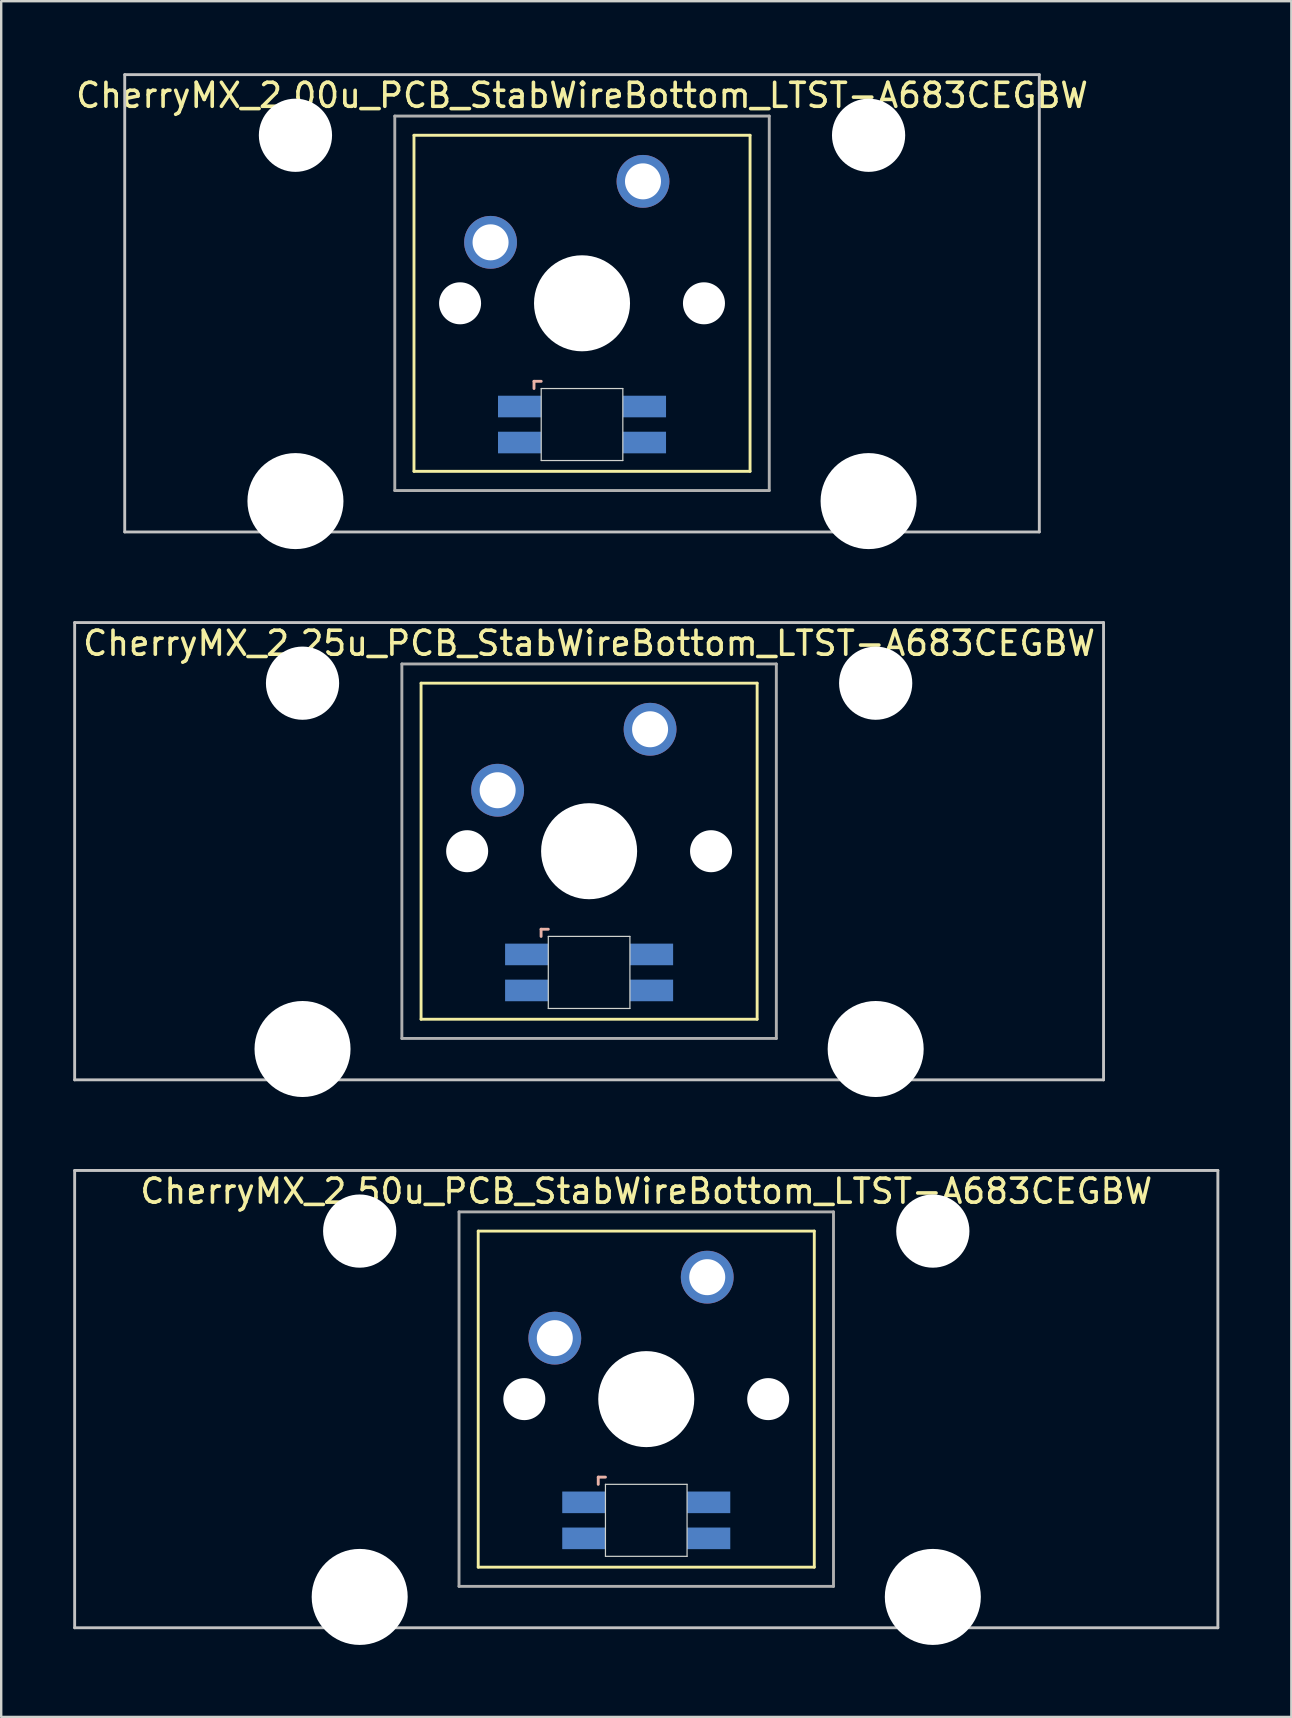
<source format=kicad_pcb>
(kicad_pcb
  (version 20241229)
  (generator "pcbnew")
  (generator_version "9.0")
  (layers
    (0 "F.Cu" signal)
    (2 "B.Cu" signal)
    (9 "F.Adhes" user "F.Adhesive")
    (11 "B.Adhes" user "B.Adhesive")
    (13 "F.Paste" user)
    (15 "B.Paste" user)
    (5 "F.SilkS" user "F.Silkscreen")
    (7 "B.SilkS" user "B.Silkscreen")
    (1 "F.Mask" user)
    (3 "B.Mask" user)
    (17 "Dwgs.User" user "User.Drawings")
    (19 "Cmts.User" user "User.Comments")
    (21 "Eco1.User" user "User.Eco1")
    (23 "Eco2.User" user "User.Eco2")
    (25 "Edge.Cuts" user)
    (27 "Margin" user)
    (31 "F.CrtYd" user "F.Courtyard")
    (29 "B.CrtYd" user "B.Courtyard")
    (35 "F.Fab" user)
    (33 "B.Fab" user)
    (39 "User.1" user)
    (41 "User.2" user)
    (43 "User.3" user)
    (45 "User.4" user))
  (footprint "CherryMX_2.00u_PCB_StabWireBottom_LTST-A683CEGBW"
    (layer "F.Cu")
    (at 21.196 9.585)
    (property "Reference" "CherryMX_2.00u_PCB_StabWireBottom_LTST-A683CEGBW" (at 0 -8.662 0) (layer "F.SilkS") (effects (font (size 1 1) (thickness 0.15))))
    (attr through_hole)
    (fp_line (start -7 -7) (end -7 7) (stroke (width 0.12) (type solid)) (layer "F.SilkS"))
    (fp_line (start -7 -7) (end 7 -7) (stroke (width 0.12) (type solid)) (layer "F.SilkS"))
    (fp_line (start 7 -7) (end 7 7) (stroke (width 0.12) (type solid)) (layer "F.SilkS"))
    (fp_line (start 7 7) (end -7 7) (stroke (width 0.12) (type solid)) (layer "F.SilkS"))
    (fp_line (start -2 3.25) (end -2 3.55) (stroke (width 0.12) (type solid)) (layer "B.SilkS"))
    (fp_line (start -1.7 3.25) (end -2 3.25) (stroke (width 0.12) (type solid)) (layer "B.SilkS"))
    (fp_line (start -19.05 -9.525) (end 19.05 -9.525) (stroke (width 0.12) (type solid)) (layer "Dwgs.User"))
    (fp_line (start -19.05 9.525) (end -19.05 -9.525) (stroke (width 0.12) (type solid)) (layer "Dwgs.User"))
    (fp_line (start 19.05 -9.525) (end 19.05 9.525) (stroke (width 0.12) (type solid)) (layer "Dwgs.User"))
    (fp_line (start 19.05 9.525) (end -19.05 9.525) (stroke (width 0.12) (type solid)) (layer "Dwgs.User"))
    (fp_line (start -1.7 3.55) (end 1.7 3.55) (stroke (width 0.05) (type solid)) (layer "Edge.Cuts"))
    (fp_line (start -1.7 6.55) (end -1.7 3.55) (stroke (width 0.05) (type solid)) (layer "Edge.Cuts"))
    (fp_line (start 1.7 3.55) (end 1.7 6.55) (stroke (width 0.05) (type solid)) (layer "Edge.Cuts"))
    (fp_line (start 1.7 6.55) (end -1.7 6.55) (stroke (width 0.05) (type solid)) (layer "Edge.Cuts"))
    (fp_line (start -7.8 -7.8) (end -7.8 7.8) (stroke (width 0.12) (type solid)) (layer "F.Fab"))
    (fp_line (start -7.8 -7.8) (end 7.8 -7.8) (stroke (width 0.12) (type solid)) (layer "F.Fab"))
    (fp_line (start -7.8 7.8) (end 7.8 7.8) (stroke (width 0.12) (type solid)) (layer "F.Fab"))
    (fp_line (start 7.8 -7.8) (end 7.8 7.8) (stroke (width 0.12) (type solid)) (layer "F.Fab"))
    (pad "" np_thru_hole circle (at -11.938 -7) (size 3.05 3.05) (drill 3.05) (layers "*.Cu" "*.Mask"))
    (pad "" np_thru_hole circle (at -11.938 8.24) (size 4 4) (drill 4) (layers "*.Cu" "*.Mask"))
    (pad "" np_thru_hole circle (at -5.08 0) (size 1.75 1.75) (drill 1.75) (layers "*.Cu" "*.Mask"))
    (pad "" np_thru_hole circle (at 0 0) (size 4 4) (drill 4) (layers "*.Cu" "*.Mask"))
    (pad "" np_thru_hole circle (at 5.08 0) (size 1.75 1.75) (drill 1.75) (layers "*.Cu" "*.Mask"))
    (pad "" np_thru_hole circle (at 11.938 -7) (size 3.05 3.05) (drill 3.05) (layers "*.Cu" "*.Mask"))
    (pad "" np_thru_hole circle (at 11.938 8.24) (size 4 4) (drill 4) (layers "*.Cu" "*.Mask"))
    (pad "1" thru_hole circle (at -3.81 -2.54) (size 2.2 2.2) (drill 1.5) (layers "*.Cu" "*.Mask"))
    (pad "2" thru_hole circle (at 2.54 -5.08) (size 2.2 2.2) (drill 1.5) (layers "*.Cu" "*.Mask"))
    (pad "3" smd rect (at -2.6 4.3) (size 1.8 0.9) (layers "B.Cu" "B.Mask" "B.Paste"))
    (pad "4" smd rect (at -2.6 5.8) (size 1.8 0.9) (layers "B.Cu" "B.Mask" "B.Paste"))
    (pad "5" smd rect (at 2.6 4.3) (size 1.8 0.9) (layers "B.Cu" "B.Mask" "B.Paste"))
    (pad "6" smd rect (at 2.6 5.8) (size 1.8 0.9) (layers "B.Cu" "B.Mask" "B.Paste")))
  (footprint "CherryMX_2.25u_PCB_StabWireBottom_LTST-A683CEGBW"
    (layer "F.Cu")
    (at 21.491 32.41)
    (property "Reference" "CherryMX_2.25u_PCB_StabWireBottom_LTST-A683CEGBW" (at 0 -8.662 0) (layer "F.SilkS") (effects (font (size 1 1) (thickness 0.15))))
    (attr through_hole)
    (fp_line (start -7 -7) (end -7 7) (stroke (width 0.12) (type solid)) (layer "F.SilkS"))
    (fp_line (start -7 -7) (end 7 -7) (stroke (width 0.12) (type solid)) (layer "F.SilkS"))
    (fp_line (start 7 -7) (end 7 7) (stroke (width 0.12) (type solid)) (layer "F.SilkS"))
    (fp_line (start 7 7) (end -7 7) (stroke (width 0.12) (type solid)) (layer "F.SilkS"))
    (fp_line (start -2 3.25) (end -2 3.55) (stroke (width 0.12) (type solid)) (layer "B.SilkS"))
    (fp_line (start -1.7 3.25) (end -2 3.25) (stroke (width 0.12) (type solid)) (layer "B.SilkS"))
    (fp_line (start -21.431 -9.525) (end 21.431 -9.525) (stroke (width 0.12) (type solid)) (layer "Dwgs.User"))
    (fp_line (start -21.431 9.525) (end -21.431 -9.525) (stroke (width 0.12) (type solid)) (layer "Dwgs.User"))
    (fp_line (start 21.431 -9.525) (end 21.431 9.525) (stroke (width 0.12) (type solid)) (layer "Dwgs.User"))
    (fp_line (start 21.431 9.525) (end -21.431 9.525) (stroke (width 0.12) (type solid)) (layer "Dwgs.User"))
    (fp_line (start -1.7 3.55) (end 1.7 3.55) (stroke (width 0.05) (type solid)) (layer "Edge.Cuts"))
    (fp_line (start -1.7 6.55) (end -1.7 3.55) (stroke (width 0.05) (type solid)) (layer "Edge.Cuts"))
    (fp_line (start 1.7 3.55) (end 1.7 6.55) (stroke (width 0.05) (type solid)) (layer "Edge.Cuts"))
    (fp_line (start 1.7 6.55) (end -1.7 6.55) (stroke (width 0.05) (type solid)) (layer "Edge.Cuts"))
    (fp_line (start -7.8 -7.8) (end -7.8 7.8) (stroke (width 0.12) (type solid)) (layer "F.Fab"))
    (fp_line (start -7.8 -7.8) (end 7.8 -7.8) (stroke (width 0.12) (type solid)) (layer "F.Fab"))
    (fp_line (start -7.8 7.8) (end 7.8 7.8) (stroke (width 0.12) (type solid)) (layer "F.Fab"))
    (fp_line (start 7.8 -7.8) (end 7.8 7.8) (stroke (width 0.12) (type solid)) (layer "F.Fab"))
    (pad "" np_thru_hole circle (at -11.938 -7) (size 3.05 3.05) (drill 3.05) (layers "*.Cu" "*.Mask"))
    (pad "" np_thru_hole circle (at -11.938 8.24) (size 4 4) (drill 4) (layers "*.Cu" "*.Mask"))
    (pad "" np_thru_hole circle (at -5.08 0) (size 1.75 1.75) (drill 1.75) (layers "*.Cu" "*.Mask"))
    (pad "" np_thru_hole circle (at 0 0) (size 4 4) (drill 4) (layers "*.Cu" "*.Mask"))
    (pad "" np_thru_hole circle (at 5.08 0) (size 1.75 1.75) (drill 1.75) (layers "*.Cu" "*.Mask"))
    (pad "" np_thru_hole circle (at 11.938 -7) (size 3.05 3.05) (drill 3.05) (layers "*.Cu" "*.Mask"))
    (pad "" np_thru_hole circle (at 11.938 8.24) (size 4 4) (drill 4) (layers "*.Cu" "*.Mask"))
    (pad "1" thru_hole circle (at -3.81 -2.54) (size 2.2 2.2) (drill 1.5) (layers "*.Cu" "*.Mask"))
    (pad "2" thru_hole circle (at 2.54 -5.08) (size 2.2 2.2) (drill 1.5) (layers "*.Cu" "*.Mask"))
    (pad "3" smd rect (at -2.6 4.3) (size 1.8 0.9) (layers "B.Cu" "B.Mask" "B.Paste"))
    (pad "4" smd rect (at -2.6 5.8) (size 1.8 0.9) (layers "B.Cu" "B.Mask" "B.Paste"))
    (pad "5" smd rect (at 2.6 4.3) (size 1.8 0.9) (layers "B.Cu" "B.Mask" "B.Paste"))
    (pad "6" smd rect (at 2.6 5.8) (size 1.8 0.9) (layers "B.Cu" "B.Mask" "B.Paste")))
  (footprint "CherryMX_2.50u_PCB_StabWireBottom_LTST-A683CEGBW"
    (layer "F.Cu")
    (at 23.872 55.235)
    (property "Reference" "CherryMX_2.50u_PCB_StabWireBottom_LTST-A683CEGBW" (at 0 -8.662 0) (layer "F.SilkS") (effects (font (size 1 1) (thickness 0.15))))
    (attr through_hole)
    (fp_line (start -7 -7) (end -7 7) (stroke (width 0.12) (type solid)) (layer "F.SilkS"))
    (fp_line (start -7 -7) (end 7 -7) (stroke (width 0.12) (type solid)) (layer "F.SilkS"))
    (fp_line (start 7 -7) (end 7 7) (stroke (width 0.12) (type solid)) (layer "F.SilkS"))
    (fp_line (start 7 7) (end -7 7) (stroke (width 0.12) (type solid)) (layer "F.SilkS"))
    (fp_line (start -2 3.25) (end -2 3.55) (stroke (width 0.12) (type solid)) (layer "B.SilkS"))
    (fp_line (start -1.7 3.25) (end -2 3.25) (stroke (width 0.12) (type solid)) (layer "B.SilkS"))
    (fp_line (start -23.812 -9.525) (end 23.812 -9.525) (stroke (width 0.12) (type solid)) (layer "Dwgs.User"))
    (fp_line (start -23.812 9.525) (end -23.812 -9.525) (stroke (width 0.12) (type solid)) (layer "Dwgs.User"))
    (fp_line (start 23.812 -9.525) (end 23.812 9.525) (stroke (width 0.12) (type solid)) (layer "Dwgs.User"))
    (fp_line (start 23.812 9.525) (end -23.812 9.525) (stroke (width 0.12) (type solid)) (layer "Dwgs.User"))
    (fp_line (start -1.7 3.55) (end 1.7 3.55) (stroke (width 0.05) (type solid)) (layer "Edge.Cuts"))
    (fp_line (start -1.7 6.55) (end -1.7 3.55) (stroke (width 0.05) (type solid)) (layer "Edge.Cuts"))
    (fp_line (start 1.7 3.55) (end 1.7 6.55) (stroke (width 0.05) (type solid)) (layer "Edge.Cuts"))
    (fp_line (start 1.7 6.55) (end -1.7 6.55) (stroke (width 0.05) (type solid)) (layer "Edge.Cuts"))
    (fp_line (start -7.8 -7.8) (end -7.8 7.8) (stroke (width 0.12) (type solid)) (layer "F.Fab"))
    (fp_line (start -7.8 -7.8) (end 7.8 -7.8) (stroke (width 0.12) (type solid)) (layer "F.Fab"))
    (fp_line (start -7.8 7.8) (end 7.8 7.8) (stroke (width 0.12) (type solid)) (layer "F.Fab"))
    (fp_line (start 7.8 -7.8) (end 7.8 7.8) (stroke (width 0.12) (type solid)) (layer "F.Fab"))
    (pad "" np_thru_hole circle (at -11.938 -7) (size 3.05 3.05) (drill 3.05) (layers "*.Cu" "*.Mask"))
    (pad "" np_thru_hole circle (at -11.938 8.24) (size 4 4) (drill 4) (layers "*.Cu" "*.Mask"))
    (pad "" np_thru_hole circle (at -5.08 0) (size 1.75 1.75) (drill 1.75) (layers "*.Cu" "*.Mask"))
    (pad "" np_thru_hole circle (at 0 0) (size 4 4) (drill 4) (layers "*.Cu" "*.Mask"))
    (pad "" np_thru_hole circle (at 5.08 0) (size 1.75 1.75) (drill 1.75) (layers "*.Cu" "*.Mask"))
    (pad "" np_thru_hole circle (at 11.938 -7) (size 3.05 3.05) (drill 3.05) (layers "*.Cu" "*.Mask"))
    (pad "" np_thru_hole circle (at 11.938 8.24) (size 4 4) (drill 4) (layers "*.Cu" "*.Mask"))
    (pad "1" thru_hole circle (at -3.81 -2.54) (size 2.2 2.2) (drill 1.5) (layers "*.Cu" "*.Mask"))
    (pad "2" thru_hole circle (at 2.54 -5.08) (size 2.2 2.2) (drill 1.5) (layers "*.Cu" "*.Mask"))
    (pad "3" smd rect (at -2.6 4.3) (size 1.8 0.9) (layers "B.Cu" "B.Mask" "B.Paste"))
    (pad "4" smd rect (at -2.6 5.8) (size 1.8 0.9) (layers "B.Cu" "B.Mask" "B.Paste"))
    (pad "5" smd rect (at 2.6 4.3) (size 1.8 0.9) (layers "B.Cu" "B.Mask" "B.Paste"))
    (pad "6" smd rect (at 2.6 5.8) (size 1.8 0.9) (layers "B.Cu" "B.Mask" "B.Paste")))
  (gr_rect
    (start -3 -3)
    (end 50.745 68.475)
    (stroke (width 0.1) (type default))
    (fill no)
    (layer "Edge.Cuts")))
</source>
